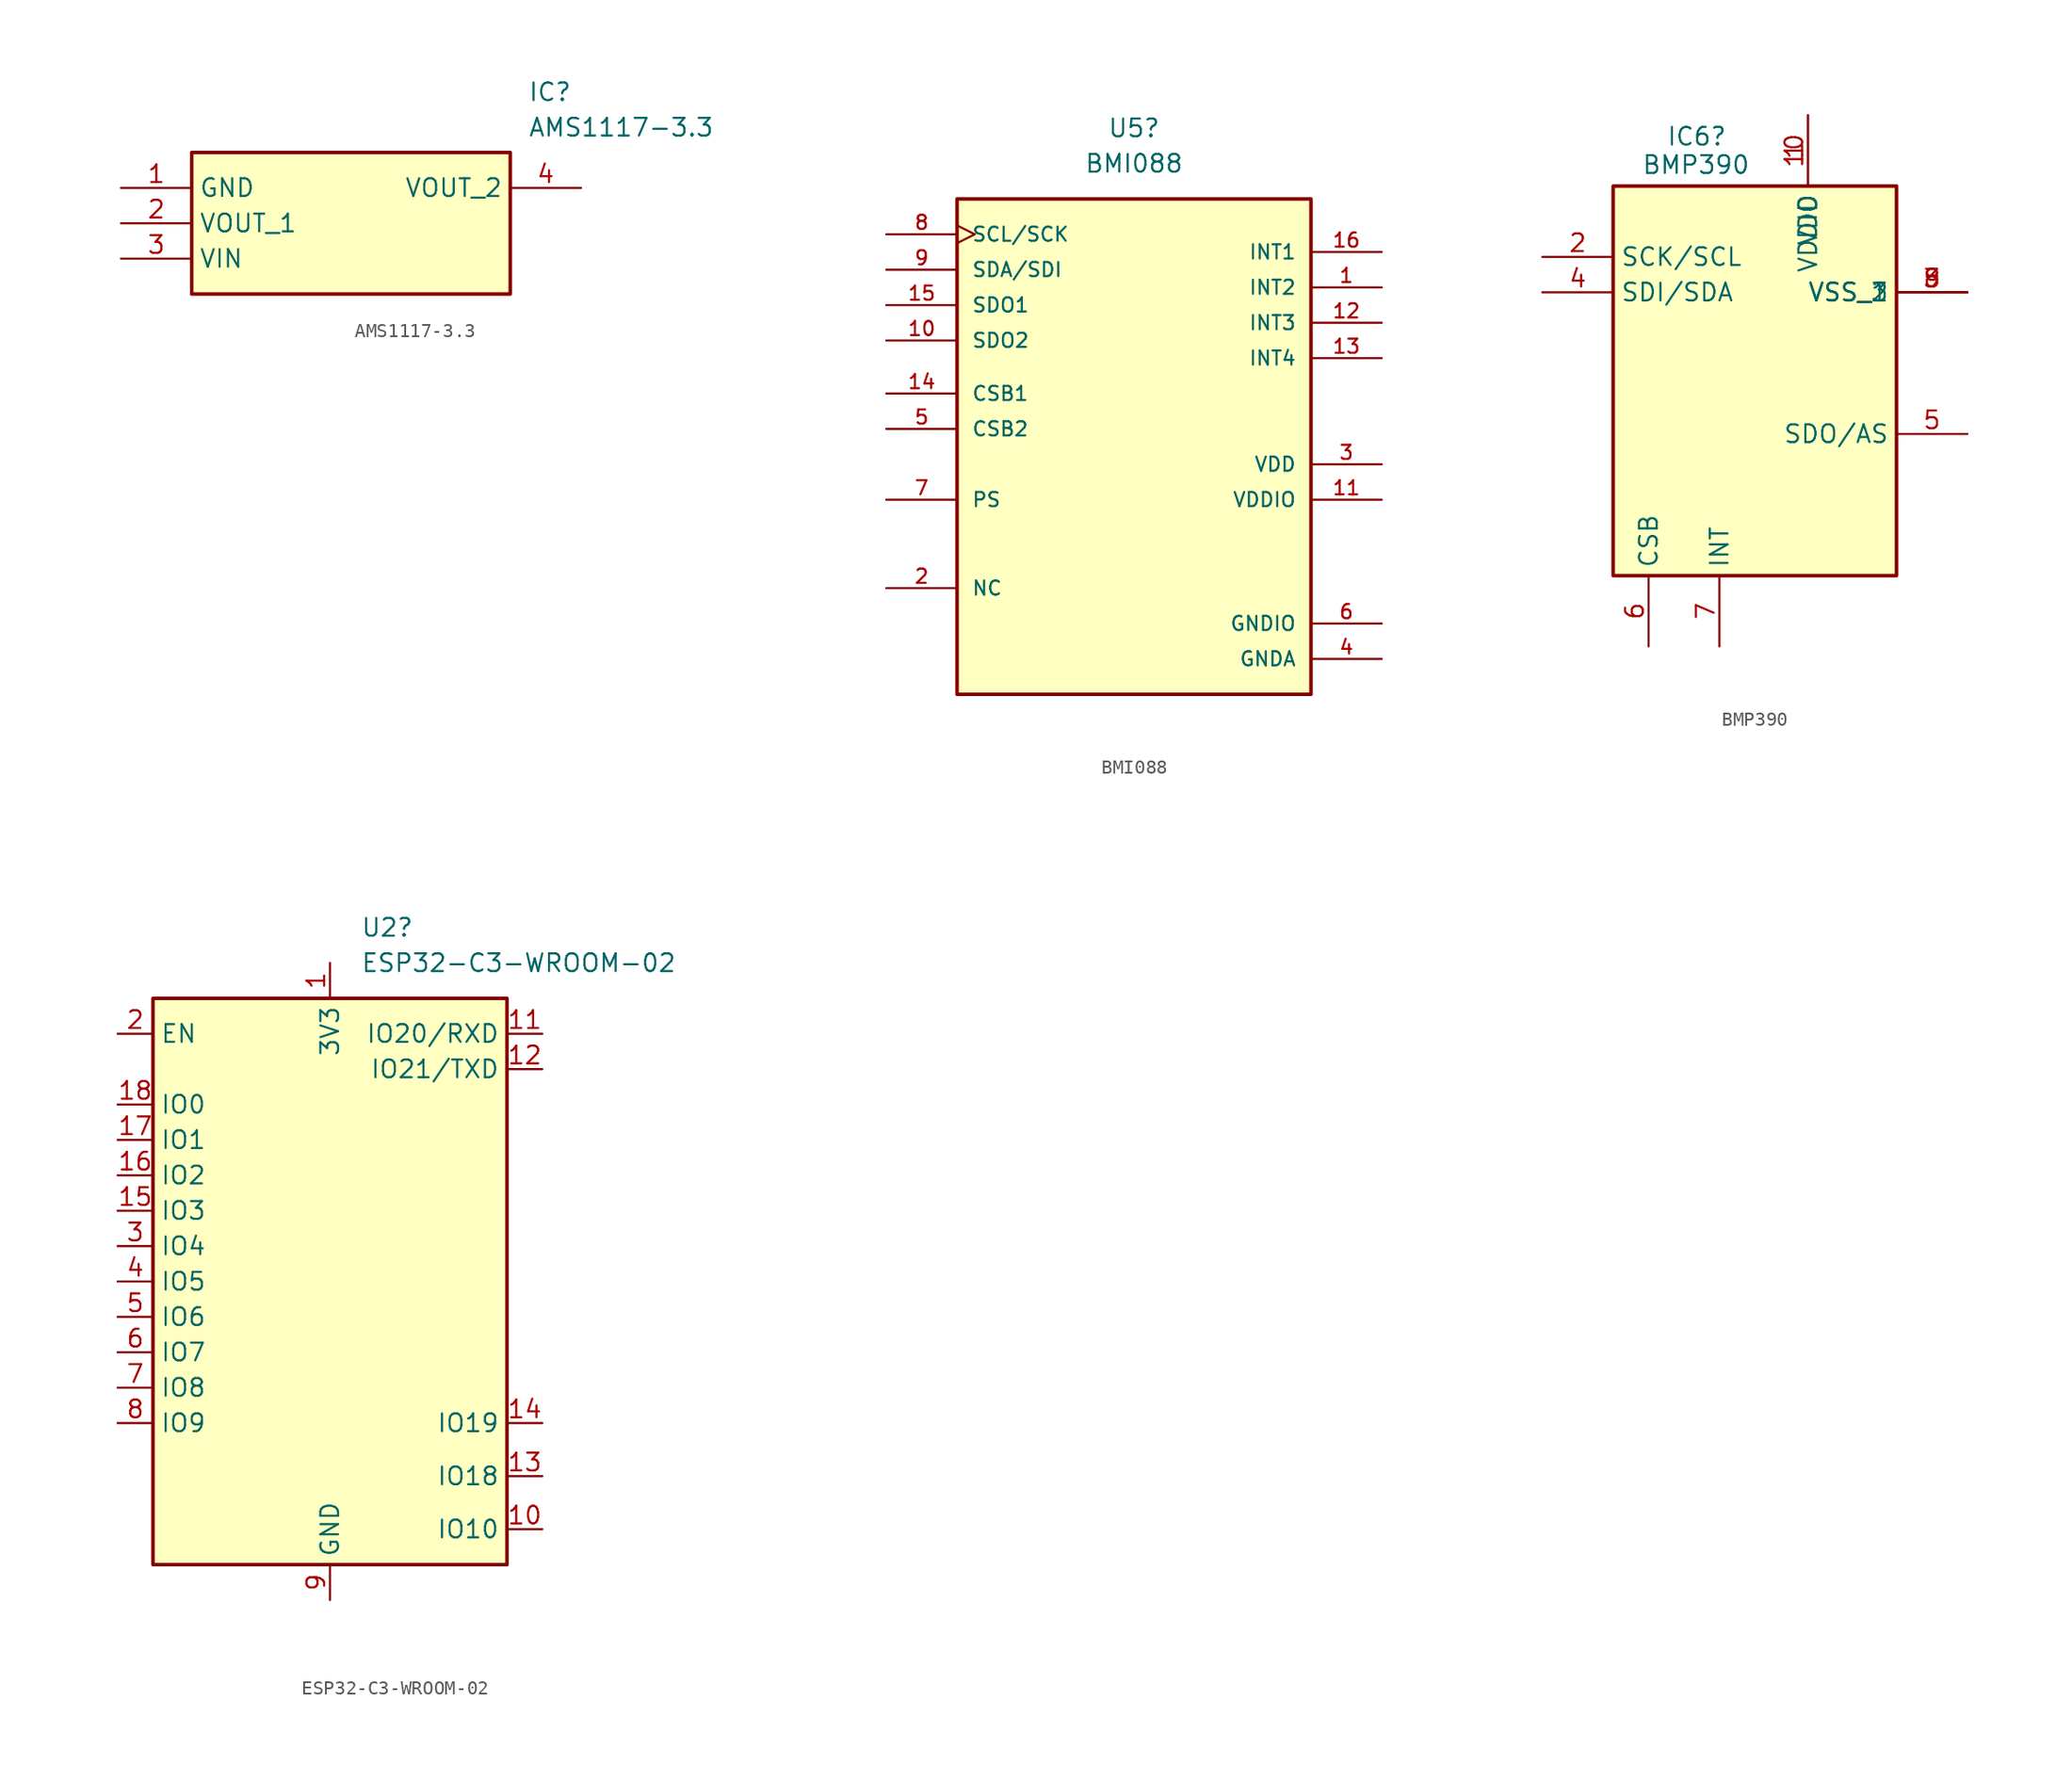
<source format=kicad_sym>
(kicad_symbol_lib
  (version 20231120)
  (generator "kicad_symbol_editor")
  (generator_version "8.0")
  (symbol "AMS1117-3.3"
    (property "Reference" "IC"
      (at 29.21 7.62 0)
      (effects (font (size 1.27 1.27)) (justify left top)))
    (property "Value" "AMS1117-3.3"
      (at 29.21 5.08 0)
      (effects (font (size 1.27 1.27)) (justify left top)))
    (symbol "AMS1117-3.3_1_1"
      (rectangle (start 5.08 2.54) (end 27.94 -7.62) (stroke (width 0.254) (type default)) (fill (type background)))
      (pin passive line (at 0 0 0) (length 5.08) (name "GND" (effects (font (size 1.27 1.27)))) (number "1" (effects (font (size 1.27 1.27)))))
      (pin passive line (at 0 -2.54 0) (length 5.08) (name "VOUT_1" (effects (font (size 1.27 1.27)))) (number "2" (effects (font (size 1.27 1.27)))))
      (pin passive line (at 0 -5.08 0) (length 5.08) (name "VIN" (effects (font (size 1.27 1.27)))) (number "3" (effects (font (size 1.27 1.27)))))
      (pin passive line (at 33.02 0 180) (length 5.08) (name "VOUT_2" (effects (font (size 1.27 1.27)))) (number "4" (effects (font (size 1.27 1.27)))))))
  (symbol "BMI088"
    (pin_names
      (offset 1.016))
    (property "Reference" "U5"
      (at 0 22.86 0)
      (effects (font (size 1.27 1.27))))
    (property "Value" "BMI088"
      (at 0 20.32 0)
      (effects (font (size 1.27 1.27))))
    (symbol "BMI088_0_0"
      (rectangle (start -12.7 17.78) (end 12.7 -17.78) (stroke (width 0.254) (type default)) (fill (type background)))
      (pin bidirectional line (at 17.78 11.43 180) (length 5.08) (name "INT2" (effects (font (size 1.016 1.016)))) (number "1" (effects (font (size 1.016 1.016)))))
      (pin output line (at -17.78 7.62 0) (length 5.08) (name "SDO2" (effects (font (size 1.016 1.016)))) (number "10" (effects (font (size 1.016 1.016)))))
      (pin power_in line (at 17.78 -3.81 180) (length 5.08) (name "VDDIO" (effects (font (size 1.016 1.016)))) (number "11" (effects (font (size 1.016 1.016)))))
      (pin bidirectional line (at 17.78 8.89 180) (length 5.08) (name "INT3" (effects (font (size 1.016 1.016)))) (number "12" (effects (font (size 1.016 1.016)))))
      (pin bidirectional line (at 17.78 6.35 180) (length 5.08) (name "INT4" (effects (font (size 1.016 1.016)))) (number "13" (effects (font (size 1.016 1.016)))))
      (pin input line (at -17.78 3.81 0) (length 5.08) (name "CSB1" (effects (font (size 1.016 1.016)))) (number "14" (effects (font (size 1.016 1.016)))))
      (pin output line (at -17.78 10.16 0) (length 5.08) (name "SDO1" (effects (font (size 1.016 1.016)))) (number "15" (effects (font (size 1.016 1.016)))))
      (pin bidirectional line (at 17.78 13.97 180) (length 5.08) (name "INT1" (effects (font (size 1.016 1.016)))) (number "16" (effects (font (size 1.016 1.016)))))
      (pin passive line (at -17.78 -10.16 0) (length 5.08) (name "NC" (effects (font (size 1.016 1.016)))) (number "2" (effects (font (size 1.016 1.016)))))
      (pin power_in line (at 17.78 -1.27 180) (length 5.08) (name "VDD" (effects (font (size 1.016 1.016)))) (number "3" (effects (font (size 1.016 1.016)))))
      (pin power_in line (at 17.78 -15.24 180) (length 5.08) (name "GNDA" (effects (font (size 1.016 1.016)))) (number "4" (effects (font (size 1.016 1.016)))))
      (pin input line (at -17.78 1.27 0) (length 5.08) (name "CSB2" (effects (font (size 1.016 1.016)))) (number "5" (effects (font (size 1.016 1.016)))))
      (pin power_in line (at 17.78 -12.7 180) (length 5.08) (name "GNDIO" (effects (font (size 1.016 1.016)))) (number "6" (effects (font (size 1.016 1.016)))))
      (pin input line (at -17.78 -3.81 0) (length 5.08) (name "PS" (effects (font (size 1.016 1.016)))) (number "7" (effects (font (size 1.016 1.016)))))
      (pin input clock (at -17.78 15.24 0) (length 5.08) (name "SCL/SCK" (effects (font (size 1.016 1.016)))) (number "8" (effects (font (size 1.016 1.016)))))
      (pin bidirectional line (at -17.78 12.7 0) (length 5.08) (name "SDA/SDI" (effects (font (size 1.016 1.016)))) (number "9" (effects (font (size 1.016 1.016)))))))
  (symbol "BMP390"
    (property "Reference" "IC6"
      (at 8.89 16.256 0)
      (effects (font (size 1.27 1.27)) (justify left)))
    (property "Value" "BMP390"
      (at 7.112 14.224 0)
      (effects (font (size 1.27 1.27)) (justify left)))
    (symbol "BMP390_1_1"
      (rectangle (start 5.08 12.7) (end 25.4 -15.24) (stroke (width 0.254) (type default)) (fill (type background)))
      (pin passive line (at 19.05 17.78 270) (length 5.08) (name "VDDIO" (effects (font (size 1.27 1.27)))) (number "1" (effects (font (size 1.27 1.27)))))
      (pin passive line (at 19.05 17.78 270) (length 5.08) (name "VDD" (effects (font (size 1.27 1.27)))) (number "10" (effects (font (size 1.27 1.27)))))
      (pin passive line (at 0 7.62 0) (length 5.08) (name "SCK/SCL" (effects (font (size 1.27 1.27)))) (number "2" (effects (font (size 1.27 1.27)))))
      (pin passive line (at 30.48 5.08 180) (length 5.08) (name "VSS_1" (effects (font (size 1.27 1.27)))) (number "3" (effects (font (size 1.27 1.27)))))
      (pin passive line (at 0 5.08 0) (length 5.08) (name "SDI/SDA" (effects (font (size 1.27 1.27)))) (number "4" (effects (font (size 1.27 1.27)))))
      (pin passive line (at 30.48 -5.08 180) (length 5.08) (name "SDO/AS" (effects (font (size 1.27 1.27)))) (number "5" (effects (font (size 1.27 1.27)))))
      (pin passive line (at 7.62 -20.32 90) (length 5.08) (name "CSB" (effects (font (size 1.27 1.27)))) (number "6" (effects (font (size 1.27 1.27)))))
      (pin passive line (at 12.7 -20.32 90) (length 5.08) (name "INT" (effects (font (size 1.27 1.27)))) (number "7" (effects (font (size 1.27 1.27)))))
      (pin passive line (at 30.48 5.08 180) (length 5.08) (name "VSS_2" (effects (font (size 1.27 1.27)))) (number "8" (effects (font (size 1.27 1.27)))))
      (pin passive line (at 30.48 5.08 180) (length 5.08) (name "VSS_3" (effects (font (size 1.27 1.27)))) (number "9" (effects (font (size 1.27 1.27)))))))
  (symbol "ESP32-C3-WROOM-02"
    (property "Reference" "U2"
      (at 2.194 25.4 0)
      (effects (font (size 1.27 1.27)) (justify left)))
    (property "Value" "ESP32-C3-WROOM-02"
      (at 2.194 22.86 0)
      (effects (font (size 1.27 1.27)) (justify left)))
    (symbol "ESP32-C3-WROOM-02_1_1"
      (rectangle (start -12.7 20.32) (end 12.7 -20.32) (stroke (width 0.254) (type default)) (fill (type background)))
      (pin power_in line (at 0 22.86 270) (length 2.54) (name "3V3" (effects (font (size 1.27 1.27)))) (number "1" (effects (font (size 1.27 1.27)))))
      (pin bidirectional line (at 15.24 -17.78 180) (length 2.54) (name "IO10" (effects (font (size 1.27 1.27)))) (number "10" (effects (font (size 1.27 1.27)))))
      (pin bidirectional line (at 15.24 17.78 180) (length 2.54) (name "IO20/RXD" (effects (font (size 1.27 1.27)))) (number "11" (effects (font (size 1.27 1.27)))))
      (pin bidirectional line (at 15.24 15.24 180) (length 2.54) (name "IO21/TXD" (effects (font (size 1.27 1.27)))) (number "12" (effects (font (size 1.27 1.27)))))
      (pin bidirectional line (at 15.24 -13.97 180) (length 2.54) (name "IO18" (effects (font (size 1.27 1.27)))) (number "13" (effects (font (size 1.27 1.27)))))
      (pin bidirectional line (at 15.24 -10.16 180) (length 2.54) (name "IO19" (effects (font (size 1.27 1.27)))) (number "14" (effects (font (size 1.27 1.27)))))
      (pin bidirectional line (at -15.24 5.08 0) (length 2.54) (name "IO3" (effects (font (size 1.27 1.27)))) (number "15" (effects (font (size 1.27 1.27)))))
      (pin bidirectional line (at -15.24 7.62 0) (length 2.54) (name "IO2" (effects (font (size 1.27 1.27)))) (number "16" (effects (font (size 1.27 1.27)))))
      (pin bidirectional line (at -15.24 10.16 0) (length 2.54) (name "IO1" (effects (font (size 1.27 1.27)))) (number "17" (effects (font (size 1.27 1.27)))))
      (pin bidirectional line (at -15.24 12.7 0) (length 2.54) (name "IO0" (effects (font (size 1.27 1.27)))) (number "18" (effects (font (size 1.27 1.27)))))
      (pin passive line (at 0 -22.86 90) (length 2.54) hide (name "GND" (effects (font (size 1.27 1.27)))) (number "19" (effects (font (size 1.27 1.27)))))
      (pin input line (at -15.24 17.78 0) (length 2.54) (name "EN" (effects (font (size 1.27 1.27)))) (number "2" (effects (font (size 1.27 1.27)))))
      (pin bidirectional line (at -15.24 2.54 0) (length 2.54) (name "IO4" (effects (font (size 1.27 1.27)))) (number "3" (effects (font (size 1.27 1.27)))))
      (pin bidirectional line (at -15.24 0 0) (length 2.54) (name "IO5" (effects (font (size 1.27 1.27)))) (number "4" (effects (font (size 1.27 1.27)))))
      (pin bidirectional line (at -15.24 -2.54 0) (length 2.54) (name "IO6" (effects (font (size 1.27 1.27)))) (number "5" (effects (font (size 1.27 1.27)))))
      (pin bidirectional line (at -15.24 -5.08 0) (length 2.54) (name "IO7" (effects (font (size 1.27 1.27)))) (number "6" (effects (font (size 1.27 1.27)))))
      (pin bidirectional line (at -15.24 -7.62 0) (length 2.54) (name "IO8" (effects (font (size 1.27 1.27)))) (number "7" (effects (font (size 1.27 1.27)))))
      (pin bidirectional line (at -15.24 -10.16 0) (length 2.54) (name "IO9" (effects (font (size 1.27 1.27)))) (number "8" (effects (font (size 1.27 1.27)))))
      (pin power_in line (at 0 -22.86 90) (length 2.54) (name "GND" (effects (font (size 1.27 1.27)))) (number "9" (effects (font (size 1.27 1.27))))))))
</source>
